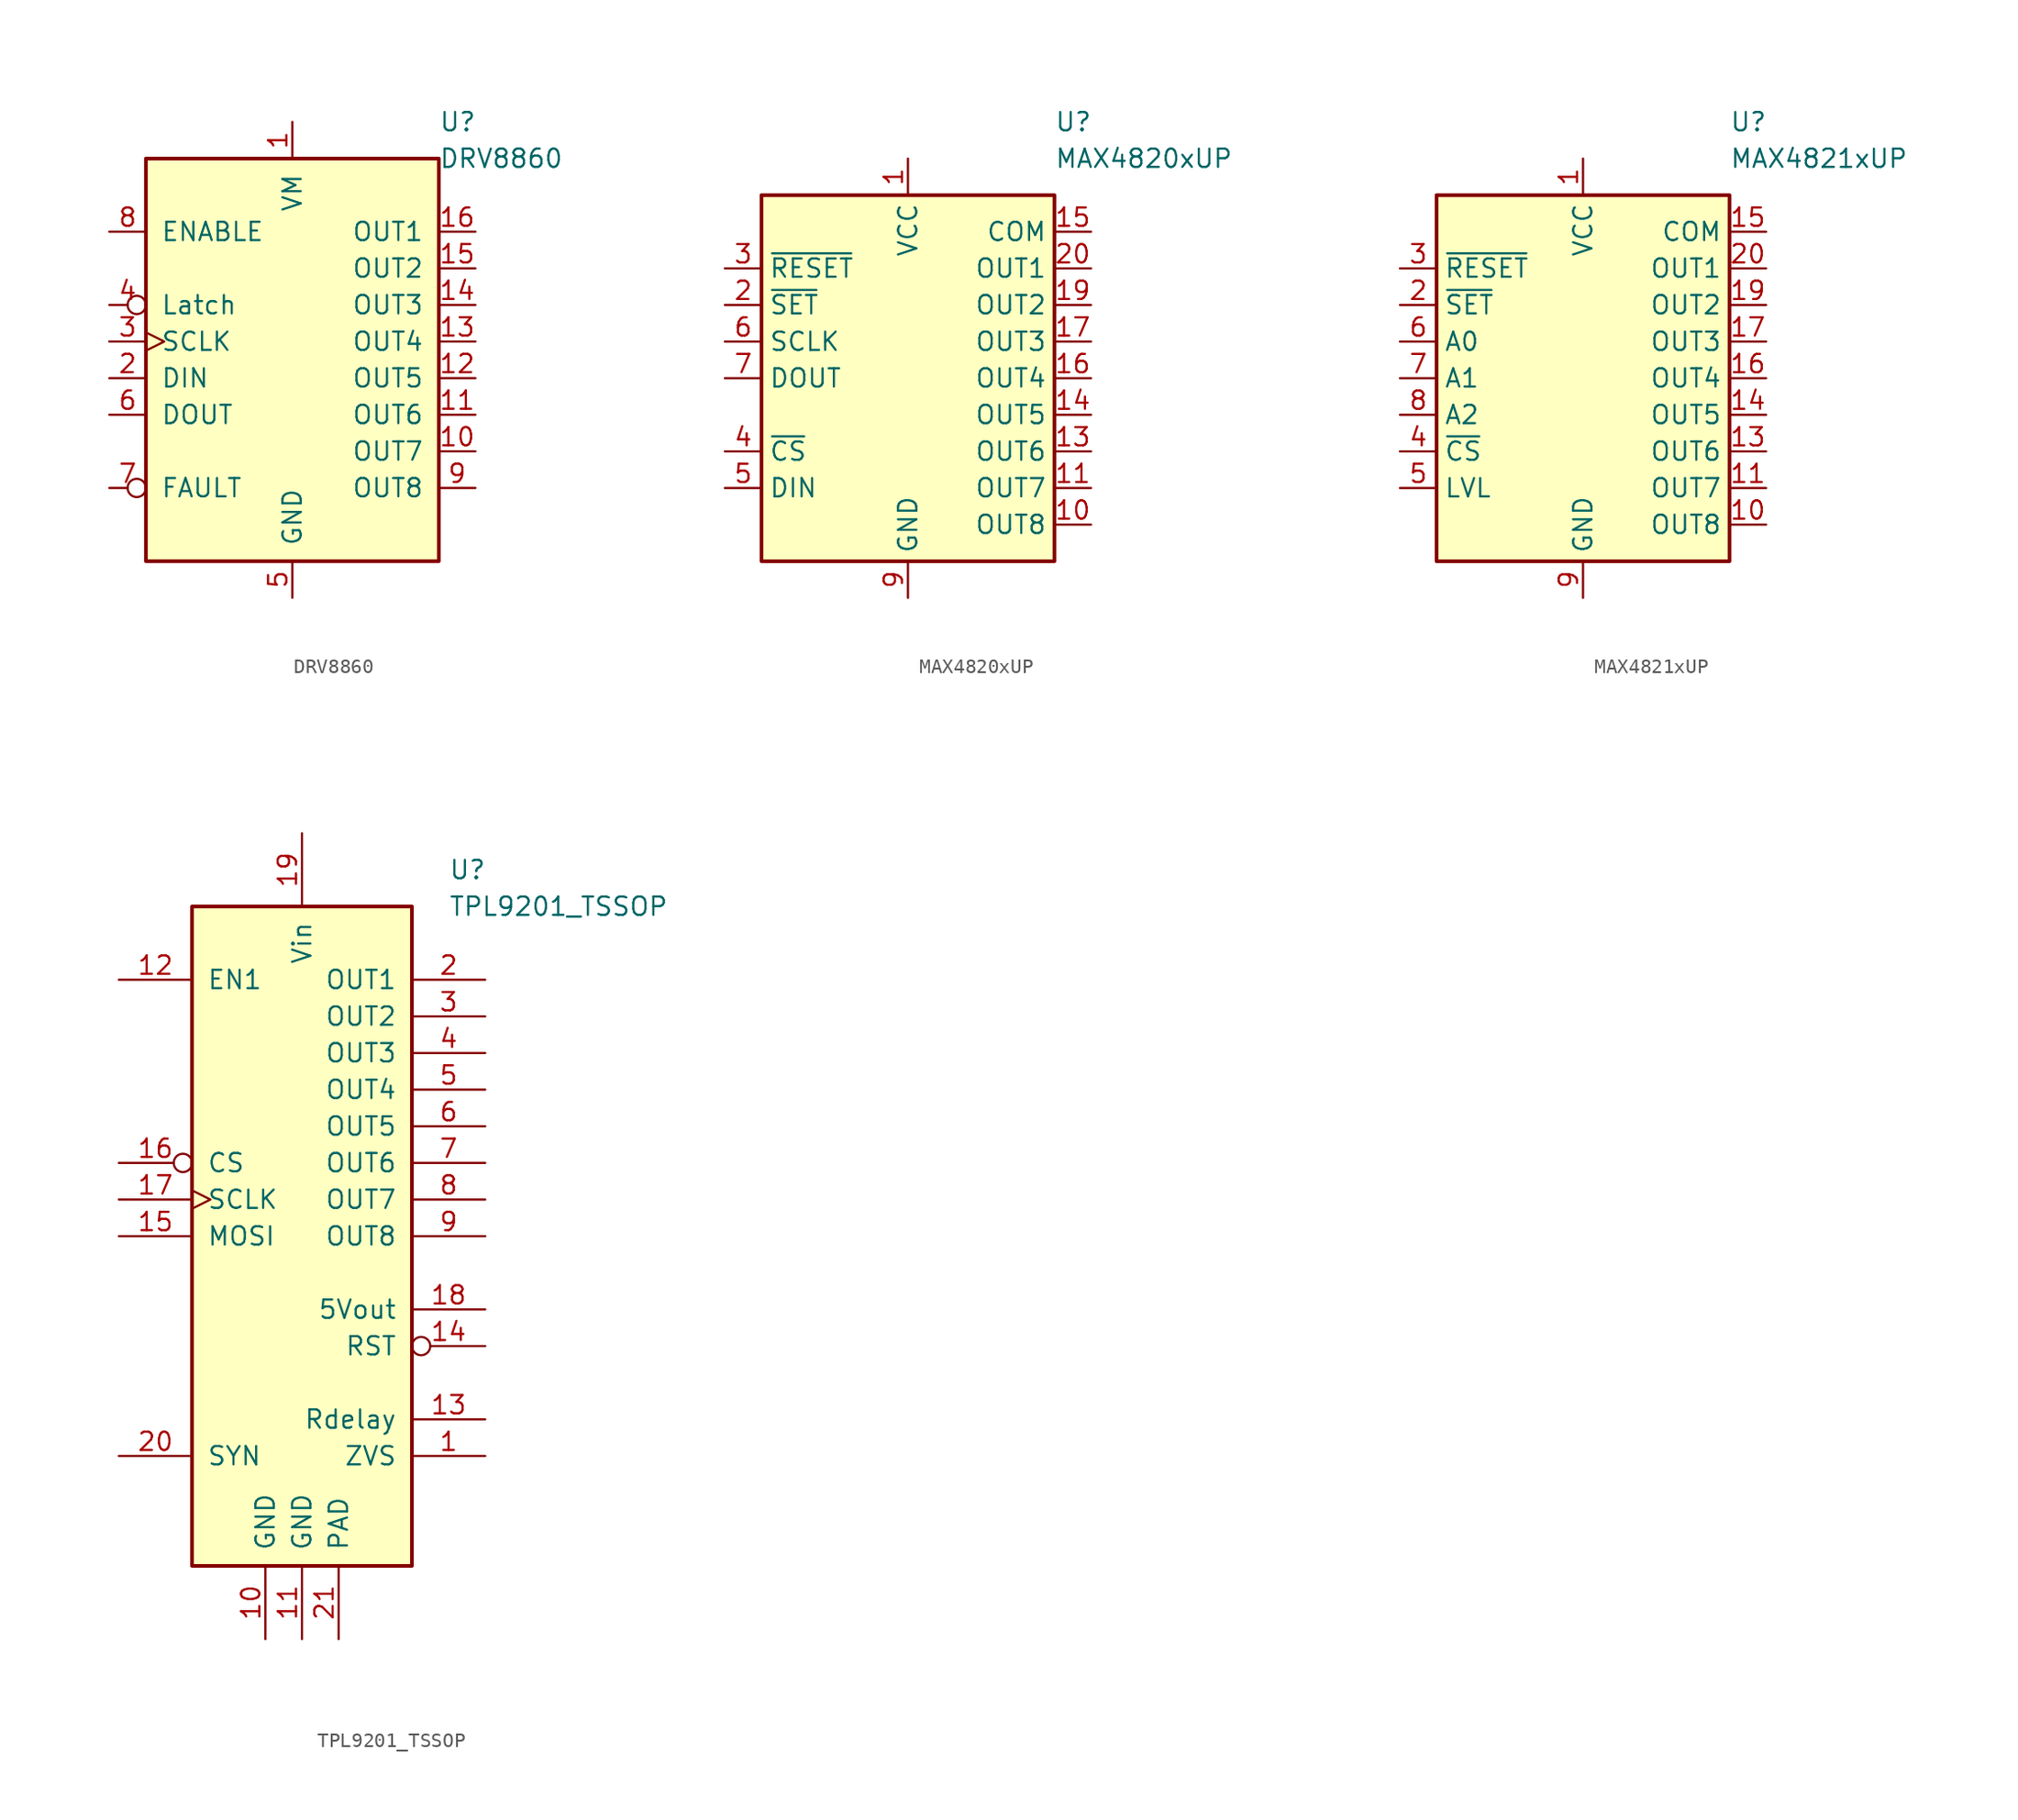
<source format=kicad_sym>
(kicad_symbol_lib
  (version 20211014)
  (generator kicad_symbol_editor)
  (symbol "DRV8860"
    (pin_names
      (offset 1.016))
    (property "Reference" "U"
      (at 10.16 17.78 0)
      (effects (font (size 1.27 1.27)) (justify left)))
    (property "Value" "DRV8860"
      (at 10.16 15.24 0)
      (effects (font (size 1.27 1.27)) (justify left)))
    (symbol "DRV8860_0_1"
      (rectangle (start -10.16 15.24) (end 10.16 -12.7) (stroke (width 0.254) (type default) (color 0 0 0 0)) (fill (type background))))
    (symbol "DRV8860_1_1"
      (pin power_in line (at 0 17.78 270) (length 2.54) (name "VM" (effects (font (size 1.27 1.27)))) (number "1" (effects (font (size 1.27 1.27)))))
      (pin output line (at 12.7 -5.08 180) (length 2.54) (name "OUT7" (effects (font (size 1.27 1.27)))) (number "10" (effects (font (size 1.27 1.27)))))
      (pin output line (at 12.7 -2.54 180) (length 2.54) (name "OUT6" (effects (font (size 1.27 1.27)))) (number "11" (effects (font (size 1.27 1.27)))))
      (pin output line (at 12.7 0 180) (length 2.54) (name "OUT5" (effects (font (size 1.27 1.27)))) (number "12" (effects (font (size 1.27 1.27)))))
      (pin output line (at 12.7 2.54 180) (length 2.54) (name "OUT4" (effects (font (size 1.27 1.27)))) (number "13" (effects (font (size 1.27 1.27)))))
      (pin output line (at 12.7 5.08 180) (length 2.54) (name "OUT3" (effects (font (size 1.27 1.27)))) (number "14" (effects (font (size 1.27 1.27)))))
      (pin output line (at 12.7 7.62 180) (length 2.54) (name "OUT2" (effects (font (size 1.27 1.27)))) (number "15" (effects (font (size 1.27 1.27)))))
      (pin output line (at 12.7 10.16 180) (length 2.54) (name "OUT1" (effects (font (size 1.27 1.27)))) (number "16" (effects (font (size 1.27 1.27)))))
      (pin input line (at -12.7 0 0) (length 2.54) (name "DIN" (effects (font (size 1.27 1.27)))) (number "2" (effects (font (size 1.27 1.27)))))
      (pin input clock (at -12.7 2.54 0) (length 2.54) (name "SCLK" (effects (font (size 1.27 1.27)))) (number "3" (effects (font (size 1.27 1.27)))))
      (pin input inverted (at -12.7 5.08 0) (length 2.54) (name "Latch" (effects (font (size 1.27 1.27)))) (number "4" (effects (font (size 1.27 1.27)))))
      (pin power_in line (at 0 -15.24 90) (length 2.54) (name "GND" (effects (font (size 1.27 1.27)))) (number "5" (effects (font (size 1.27 1.27)))))
      (pin output line (at -12.7 -2.54 0) (length 2.54) (name "DOUT" (effects (font (size 1.27 1.27)))) (number "6" (effects (font (size 1.27 1.27)))))
      (pin open_collector inverted (at -12.7 -7.62 0) (length 2.54) (name "FAULT" (effects (font (size 1.27 1.27)))) (number "7" (effects (font (size 1.27 1.27)))))
      (pin input line (at -12.7 10.16 0) (length 2.54) (name "ENABLE" (effects (font (size 1.27 1.27)))) (number "8" (effects (font (size 1.27 1.27)))))
      (pin output line (at 12.7 -7.62 180) (length 2.54) (name "OUT8" (effects (font (size 1.27 1.27)))) (number "9" (effects (font (size 1.27 1.27)))))))
  (symbol "MAX4820xUP"
    (property "Reference" "U"
      (at 10.16 17.78 0)
      (effects (font (size 1.27 1.27)) (justify left)))
    (property "Value" "MAX4820xUP"
      (at 10.16 15.24 0)
      (effects (font (size 1.27 1.27)) (justify left)))
    (symbol "MAX4820xUP_0_0"
      (pin open_collector line (at 12.7 2.54 180) (length 2.54) (name "OUT3" (effects (font (size 1.27 1.27)))) (number "17" (effects (font (size 1.27 1.27)))))
      (pin passive line (at 0 -15.24 90) (length 2.54) hide (name "GND" (effects (font (size 1.27 1.27)))) (number "18" (effects (font (size 1.27 1.27)))))
      (pin open_collector line (at 12.7 5.08 180) (length 2.54) (name "OUT2" (effects (font (size 1.27 1.27)))) (number "19" (effects (font (size 1.27 1.27)))))
      (pin open_collector line (at 12.7 7.62 180) (length 2.54) (name "OUT1" (effects (font (size 1.27 1.27)))) (number "20" (effects (font (size 1.27 1.27)))))
      (pin passive line (at 0 -15.24 90) (length 2.54) hide (name "GND" (effects (font (size 1.27 1.27)))) (number "21" (effects (font (size 1.27 1.27)))))
      (pin power_in line (at 0 -15.24 90) (length 2.54) (name "GND" (effects (font (size 1.27 1.27)))) (number "9" (effects (font (size 1.27 1.27))))))
    (symbol "MAX4820xUP_0_1"
      (rectangle (start -10.16 12.7) (end 10.16 -12.7) (stroke (width 0.254) (type default) (color 0 0 0 0)) (fill (type background))))
    (symbol "MAX4820xUP_1_1"
      (pin power_in line (at 0 15.24 270) (length 2.54) (name "VCC" (effects (font (size 1.27 1.27)))) (number "1" (effects (font (size 1.27 1.27)))))
      (pin open_collector line (at 12.7 -10.16 180) (length 2.54) (name "OUT8" (effects (font (size 1.27 1.27)))) (number "10" (effects (font (size 1.27 1.27)))))
      (pin open_collector line (at 12.7 -7.62 180) (length 2.54) (name "OUT7" (effects (font (size 1.27 1.27)))) (number "11" (effects (font (size 1.27 1.27)))))
      (pin passive line (at 0 -15.24 90) (length 2.54) hide (name "GND" (effects (font (size 1.27 1.27)))) (number "12" (effects (font (size 1.27 1.27)))))
      (pin open_collector line (at 12.7 -5.08 180) (length 2.54) (name "OUT6" (effects (font (size 1.27 1.27)))) (number "13" (effects (font (size 1.27 1.27)))))
      (pin open_collector line (at 12.7 -2.54 180) (length 2.54) (name "OUT5" (effects (font (size 1.27 1.27)))) (number "14" (effects (font (size 1.27 1.27)))))
      (pin passive line (at 12.7 10.16 180) (length 2.54) (name "COM" (effects (font (size 1.27 1.27)))) (number "15" (effects (font (size 1.27 1.27)))))
      (pin open_collector line (at 12.7 0 180) (length 2.54) (name "OUT4" (effects (font (size 1.27 1.27)))) (number "16" (effects (font (size 1.27 1.27)))))
      (pin input line (at -12.7 5.08 0) (length 2.54) (name "~{SET}" (effects (font (size 1.27 1.27)))) (number "2" (effects (font (size 1.27 1.27)))))
      (pin input line (at -12.7 7.62 0) (length 2.54) (name "~{RESET}" (effects (font (size 1.27 1.27)))) (number "3" (effects (font (size 1.27 1.27)))))
      (pin input line (at -12.7 -5.08 0) (length 2.54) (name "~{CS}" (effects (font (size 1.27 1.27)))) (number "4" (effects (font (size 1.27 1.27)))))
      (pin input line (at -12.7 -7.62 0) (length 2.54) (name "DIN" (effects (font (size 1.27 1.27)))) (number "5" (effects (font (size 1.27 1.27)))))
      (pin input line (at -12.7 2.54 0) (length 2.54) (name "SCLK" (effects (font (size 1.27 1.27)))) (number "6" (effects (font (size 1.27 1.27)))))
      (pin output line (at -12.7 0 0) (length 2.54) (name "DOUT" (effects (font (size 1.27 1.27)))) (number "7" (effects (font (size 1.27 1.27)))))
      (pin no_connect line (at -10.16 -2.54 0) (length 2.54) hide (name "NC" (effects (font (size 1.27 1.27)))) (number "8" (effects (font (size 1.27 1.27)))))))
  (symbol "MAX4821xUP"
    (property "Reference" "U"
      (at 10.16 17.78 0)
      (effects (font (size 1.27 1.27)) (justify left)))
    (property "Value" "MAX4821xUP"
      (at 10.16 15.24 0)
      (effects (font (size 1.27 1.27)) (justify left)))
    (symbol "MAX4821xUP_0_0"
      (pin open_collector line (at 12.7 2.54 180) (length 2.54) (name "OUT3" (effects (font (size 1.27 1.27)))) (number "17" (effects (font (size 1.27 1.27)))))
      (pin passive line (at 0 -15.24 90) (length 2.54) hide (name "GND" (effects (font (size 1.27 1.27)))) (number "18" (effects (font (size 1.27 1.27)))))
      (pin open_collector line (at 12.7 5.08 180) (length 2.54) (name "OUT2" (effects (font (size 1.27 1.27)))) (number "19" (effects (font (size 1.27 1.27)))))
      (pin open_collector line (at 12.7 7.62 180) (length 2.54) (name "OUT1" (effects (font (size 1.27 1.27)))) (number "20" (effects (font (size 1.27 1.27)))))
      (pin passive line (at 0 -15.24 90) (length 2.54) hide (name "GND" (effects (font (size 1.27 1.27)))) (number "21" (effects (font (size 1.27 1.27)))))
      (pin power_in line (at 0 -15.24 90) (length 2.54) (name "GND" (effects (font (size 1.27 1.27)))) (number "9" (effects (font (size 1.27 1.27))))))
    (symbol "MAX4821xUP_0_1"
      (rectangle (start -10.16 12.7) (end 10.16 -12.7) (stroke (width 0.254) (type default) (color 0 0 0 0)) (fill (type background))))
    (symbol "MAX4821xUP_1_1"
      (pin power_in line (at 0 15.24 270) (length 2.54) (name "VCC" (effects (font (size 1.27 1.27)))) (number "1" (effects (font (size 1.27 1.27)))))
      (pin open_collector line (at 12.7 -10.16 180) (length 2.54) (name "OUT8" (effects (font (size 1.27 1.27)))) (number "10" (effects (font (size 1.27 1.27)))))
      (pin open_collector line (at 12.7 -7.62 180) (length 2.54) (name "OUT7" (effects (font (size 1.27 1.27)))) (number "11" (effects (font (size 1.27 1.27)))))
      (pin passive line (at 0 -15.24 90) (length 2.54) hide (name "GND" (effects (font (size 1.27 1.27)))) (number "12" (effects (font (size 1.27 1.27)))))
      (pin open_collector line (at 12.7 -5.08 180) (length 2.54) (name "OUT6" (effects (font (size 1.27 1.27)))) (number "13" (effects (font (size 1.27 1.27)))))
      (pin open_collector line (at 12.7 -2.54 180) (length 2.54) (name "OUT5" (effects (font (size 1.27 1.27)))) (number "14" (effects (font (size 1.27 1.27)))))
      (pin passive line (at 12.7 10.16 180) (length 2.54) (name "COM" (effects (font (size 1.27 1.27)))) (number "15" (effects (font (size 1.27 1.27)))))
      (pin open_collector line (at 12.7 0 180) (length 2.54) (name "OUT4" (effects (font (size 1.27 1.27)))) (number "16" (effects (font (size 1.27 1.27)))))
      (pin input line (at -12.7 5.08 0) (length 2.54) (name "~{SET}" (effects (font (size 1.27 1.27)))) (number "2" (effects (font (size 1.27 1.27)))))
      (pin input line (at -12.7 7.62 0) (length 2.54) (name "~{RESET}" (effects (font (size 1.27 1.27)))) (number "3" (effects (font (size 1.27 1.27)))))
      (pin input line (at -12.7 -5.08 0) (length 2.54) (name "~{CS}" (effects (font (size 1.27 1.27)))) (number "4" (effects (font (size 1.27 1.27)))))
      (pin input line (at -12.7 -7.62 0) (length 2.54) (name "LVL" (effects (font (size 1.27 1.27)))) (number "5" (effects (font (size 1.27 1.27)))))
      (pin input line (at -12.7 2.54 0) (length 2.54) (name "A0" (effects (font (size 1.27 1.27)))) (number "6" (effects (font (size 1.27 1.27)))))
      (pin input line (at -12.7 0 0) (length 2.54) (name "A1" (effects (font (size 1.27 1.27)))) (number "7" (effects (font (size 1.27 1.27)))))
      (pin input line (at -12.7 -2.54 0) (length 2.54) (name "A2" (effects (font (size 1.27 1.27)))) (number "8" (effects (font (size 1.27 1.27)))))))
  (symbol "TPL9201_TSSOP"
    (pin_names
      (offset 1.016))
    (property "Reference" "U"
      (at 10.16 17.78 0)
      (effects (font (size 1.27 1.27)) (justify left)))
    (property "Value" "TPL9201_TSSOP"
      (at 10.16 15.24 0)
      (effects (font (size 1.27 1.27)) (justify left)))
    (symbol "TPL9201_TSSOP_0_1"
      (rectangle (start -7.62 15.24) (end 7.62 -30.48) (stroke (width 0.254) (type default) (color 0 0 0 0)) (fill (type background))))
    (symbol "TPL9201_TSSOP_1_1"
      (pin output line (at 12.7 -22.86 180) (length 5.08) (name "ZVS" (effects (font (size 1.27 1.27)))) (number "1" (effects (font (size 1.27 1.27)))))
      (pin power_in line (at -2.54 -35.56 90) (length 5.08) (name "GND" (effects (font (size 1.27 1.27)))) (number "10" (effects (font (size 1.27 1.27)))))
      (pin power_in line (at 0 -35.56 90) (length 5.08) (name "GND" (effects (font (size 1.27 1.27)))) (number "11" (effects (font (size 1.27 1.27)))))
      (pin input line (at -12.7 10.16 0) (length 5.08) (name "EN1" (effects (font (size 1.27 1.27)))) (number "12" (effects (font (size 1.27 1.27)))))
      (pin output line (at 12.7 -20.32 180) (length 5.08) (name "Rdelay" (effects (font (size 1.27 1.27)))) (number "13" (effects (font (size 1.27 1.27)))))
      (pin bidirectional inverted (at 12.7 -15.24 180) (length 5.08) (name "RST" (effects (font (size 1.27 1.27)))) (number "14" (effects (font (size 1.27 1.27)))))
      (pin input line (at -12.7 -7.62 0) (length 5.08) (name "MOSI" (effects (font (size 1.27 1.27)))) (number "15" (effects (font (size 1.27 1.27)))))
      (pin input inverted (at -12.7 -2.54 0) (length 5.08) (name "CS" (effects (font (size 1.27 1.27)))) (number "16" (effects (font (size 1.27 1.27)))))
      (pin input clock (at -12.7 -5.08 0) (length 5.08) (name "SCLK" (effects (font (size 1.27 1.27)))) (number "17" (effects (font (size 1.27 1.27)))))
      (pin power_out line (at 12.7 -12.7 180) (length 5.08) (name "5Vout" (effects (font (size 1.27 1.27)))) (number "18" (effects (font (size 1.27 1.27)))))
      (pin power_in line (at 0 20.32 270) (length 5.08) (name "Vin" (effects (font (size 1.27 1.27)))) (number "19" (effects (font (size 1.27 1.27)))))
      (pin output line (at 12.7 10.16 180) (length 5.08) (name "OUT1" (effects (font (size 1.27 1.27)))) (number "2" (effects (font (size 1.27 1.27)))))
      (pin input line (at -12.7 -22.86 0) (length 5.08) (name "SYN" (effects (font (size 1.27 1.27)))) (number "20" (effects (font (size 1.27 1.27)))))
      (pin power_in line (at 2.54 -35.56 90) (length 5.08) (name "PAD" (effects (font (size 1.27 1.27)))) (number "21" (effects (font (size 1.27 1.27)))))
      (pin output line (at 12.7 7.62 180) (length 5.08) (name "OUT2" (effects (font (size 1.27 1.27)))) (number "3" (effects (font (size 1.27 1.27)))))
      (pin output line (at 12.7 5.08 180) (length 5.08) (name "OUT3" (effects (font (size 1.27 1.27)))) (number "4" (effects (font (size 1.27 1.27)))))
      (pin output line (at 12.7 2.54 180) (length 5.08) (name "OUT4" (effects (font (size 1.27 1.27)))) (number "5" (effects (font (size 1.27 1.27)))))
      (pin output line (at 12.7 0 180) (length 5.08) (name "OUT5" (effects (font (size 1.27 1.27)))) (number "6" (effects (font (size 1.27 1.27)))))
      (pin output line (at 12.7 -2.54 180) (length 5.08) (name "OUT6" (effects (font (size 1.27 1.27)))) (number "7" (effects (font (size 1.27 1.27)))))
      (pin output line (at 12.7 -5.08 180) (length 5.08) (name "OUT7" (effects (font (size 1.27 1.27)))) (number "8" (effects (font (size 1.27 1.27)))))
      (pin output line (at 12.7 -7.62 180) (length 5.08) (name "OUT8" (effects (font (size 1.27 1.27)))) (number "9" (effects (font (size 1.27 1.27))))))))
</source>
